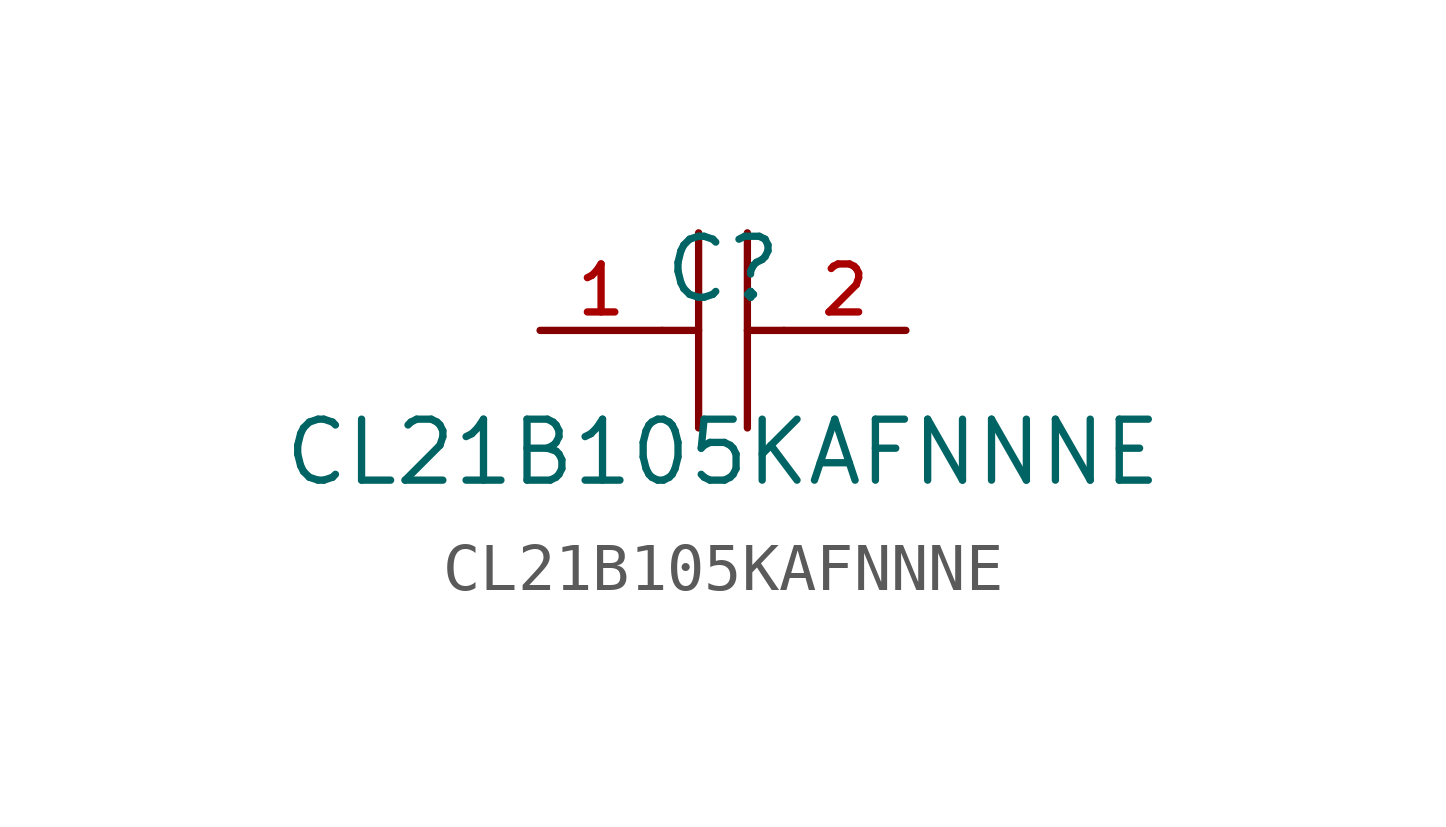
<source format=kicad_sym>
(kicad_symbol_lib
  (version 20210201)
  (generator TousstNicolas/JLC2KiCad_lib)
  (symbol "CL21B105KAFNNNE"
    (pin_names hide)
    (property "Reference" "C"
      (at 0 1.27 0)
      (effects (font (size 1.27 1.27))))
    (property "Value" "CL21B105KAFNNNE"
      (at 0 -2.54 0)
      (effects (font (size 1.27 1.27))))
    (symbol "CL21B105KAFNNNE_0_1"
      (polyline (pts (xy -0.508 2.032) (xy -0.508 -2.032)) (stroke (width 0) (type default) (color 0 0 0 0)) (fill (type none)))
      (polyline (pts (xy 0.508 2.032) (xy 0.508 -2.032)) (stroke (width 0) (type default) (color 0 0 0 0)) (fill (type none)))
      (pin input line (at -3.81 -0.0 0) (length 2.54) (name "1" (effects (font (size 1 1)))) (number "1" (effects (font (size 1 1)))))
      (pin input line (at 3.81 -0.0 180) (length 2.54) (name "2" (effects (font (size 1 1)))) (number "2" (effects (font (size 1 1)))))
      (polyline (pts (xy -1.27 -0.0) (xy -0.508 -0.0)) (stroke (width 0) (type default) (color 0 0 0 0)) (fill (type none)))
      (polyline (pts (xy 0.508 -0.0) (xy 1.27 -0.0)) (stroke (width 0) (type default) (color 0 0 0 0)) (fill (type none))))))
</source>
